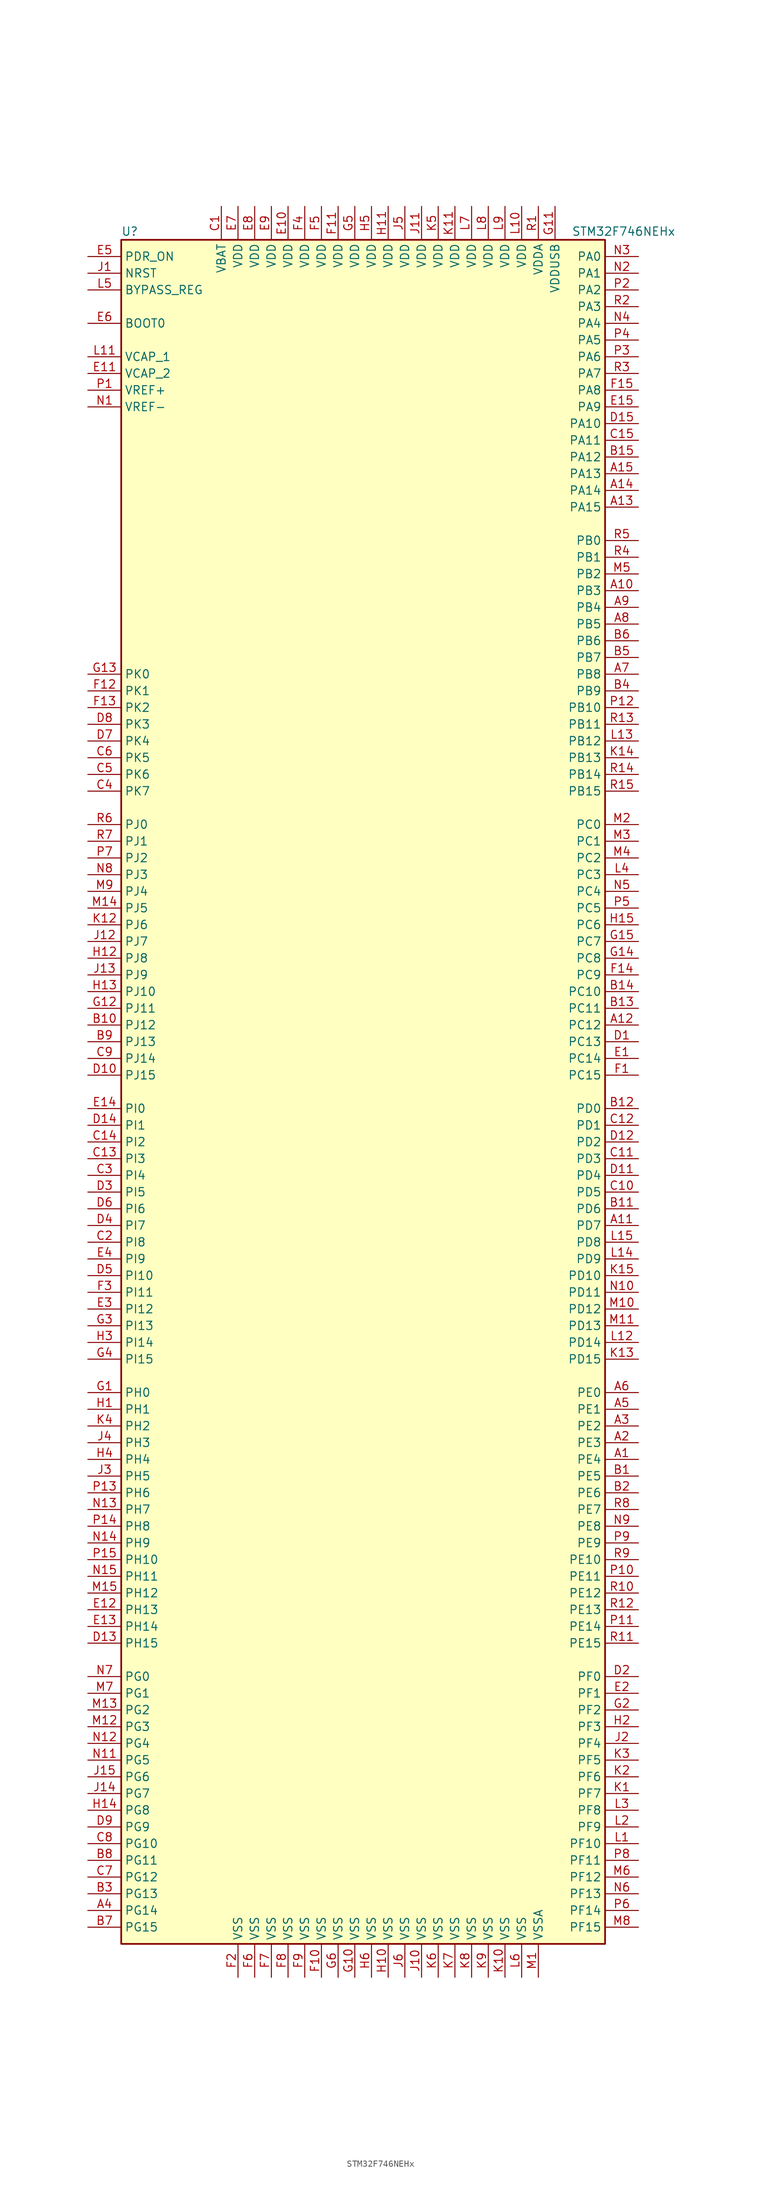
<source format=kicad_sym>
(kicad_symbol_lib
  (version 20201005)
  (generator kicad_symbol_editor)
  (symbol "MCU_ST_STM32F7:STM32F746NEHx"
    (property "Reference" "U"
      (at -38.1 130.81 0)
      (effects (font (size 1.27 1.27)) (justify left)))
    (property "Value" "STM32F746NEHx"
      (at 30.48 130.81 0)
      (effects (font (size 1.27 1.27)) (justify left)))
    (symbol "STM32F746NEHx_0_1"
      (rectangle (start -38.1 -129.54) (end 35.56 129.54) (stroke (width 0.254)) (fill (type background))))
    (symbol "STM32F746NEHx_1_1"
      (pin input line (at -43.18 116.84 0) (length 5.08) (name "BOOT0" (effects (font (size 1.27 1.27)))) (number "E6" (effects (font (size 1.27 1.27)))))
      (pin input line (at -43.18 121.92 0) (length 5.08) (name "BYPASS_REG" (effects (font (size 1.27 1.27)))) (number "L5" (effects (font (size 1.27 1.27)))))
      (pin input line (at -43.18 124.46 0) (length 5.08) (name "NRST" (effects (font (size 1.27 1.27)))) (number "J1" (effects (font (size 1.27 1.27)))))
      (pin bidirectional line (at 40.64 127 180) (length 5.08) (name "PA0" (effects (font (size 1.27 1.27)))) (number "N3" (effects (font (size 1.27 1.27)))))
      (pin bidirectional line (at 40.64 124.46 180) (length 5.08) (name "PA1" (effects (font (size 1.27 1.27)))) (number "N2" (effects (font (size 1.27 1.27)))))
      (pin bidirectional line (at 40.64 101.6 180) (length 5.08) (name "PA10" (effects (font (size 1.27 1.27)))) (number "D15" (effects (font (size 1.27 1.27)))))
      (pin bidirectional line (at 40.64 99.06 180) (length 5.08) (name "PA11" (effects (font (size 1.27 1.27)))) (number "C15" (effects (font (size 1.27 1.27)))))
      (pin bidirectional line (at 40.64 96.52 180) (length 5.08) (name "PA12" (effects (font (size 1.27 1.27)))) (number "B15" (effects (font (size 1.27 1.27)))))
      (pin bidirectional line (at 40.64 93.98 180) (length 5.08) (name "PA13" (effects (font (size 1.27 1.27)))) (number "A15" (effects (font (size 1.27 1.27)))))
      (pin bidirectional line (at 40.64 91.44 180) (length 5.08) (name "PA14" (effects (font (size 1.27 1.27)))) (number "A14" (effects (font (size 1.27 1.27)))))
      (pin bidirectional line (at 40.64 88.9 180) (length 5.08) (name "PA15" (effects (font (size 1.27 1.27)))) (number "A13" (effects (font (size 1.27 1.27)))))
      (pin bidirectional line (at 40.64 121.92 180) (length 5.08) (name "PA2" (effects (font (size 1.27 1.27)))) (number "P2" (effects (font (size 1.27 1.27)))))
      (pin bidirectional line (at 40.64 119.38 180) (length 5.08) (name "PA3" (effects (font (size 1.27 1.27)))) (number "R2" (effects (font (size 1.27 1.27)))))
      (pin bidirectional line (at 40.64 116.84 180) (length 5.08) (name "PA4" (effects (font (size 1.27 1.27)))) (number "N4" (effects (font (size 1.27 1.27)))))
      (pin bidirectional line (at 40.64 114.3 180) (length 5.08) (name "PA5" (effects (font (size 1.27 1.27)))) (number "P4" (effects (font (size 1.27 1.27)))))
      (pin bidirectional line (at 40.64 111.76 180) (length 5.08) (name "PA6" (effects (font (size 1.27 1.27)))) (number "P3" (effects (font (size 1.27 1.27)))))
      (pin bidirectional line (at 40.64 109.22 180) (length 5.08) (name "PA7" (effects (font (size 1.27 1.27)))) (number "R3" (effects (font (size 1.27 1.27)))))
      (pin bidirectional line (at 40.64 106.68 180) (length 5.08) (name "PA8" (effects (font (size 1.27 1.27)))) (number "F15" (effects (font (size 1.27 1.27)))))
      (pin bidirectional line (at 40.64 104.14 180) (length 5.08) (name "PA9" (effects (font (size 1.27 1.27)))) (number "E15" (effects (font (size 1.27 1.27)))))
      (pin bidirectional line (at 40.64 83.82 180) (length 5.08) (name "PB0" (effects (font (size 1.27 1.27)))) (number "R5" (effects (font (size 1.27 1.27)))))
      (pin bidirectional line (at 40.64 81.28 180) (length 5.08) (name "PB1" (effects (font (size 1.27 1.27)))) (number "R4" (effects (font (size 1.27 1.27)))))
      (pin bidirectional line (at 40.64 58.42 180) (length 5.08) (name "PB10" (effects (font (size 1.27 1.27)))) (number "P12" (effects (font (size 1.27 1.27)))))
      (pin bidirectional line (at 40.64 55.88 180) (length 5.08) (name "PB11" (effects (font (size 1.27 1.27)))) (number "R13" (effects (font (size 1.27 1.27)))))
      (pin bidirectional line (at 40.64 53.34 180) (length 5.08) (name "PB12" (effects (font (size 1.27 1.27)))) (number "L13" (effects (font (size 1.27 1.27)))))
      (pin bidirectional line (at 40.64 50.8 180) (length 5.08) (name "PB13" (effects (font (size 1.27 1.27)))) (number "K14" (effects (font (size 1.27 1.27)))))
      (pin bidirectional line (at 40.64 48.26 180) (length 5.08) (name "PB14" (effects (font (size 1.27 1.27)))) (number "R14" (effects (font (size 1.27 1.27)))))
      (pin bidirectional line (at 40.64 45.72 180) (length 5.08) (name "PB15" (effects (font (size 1.27 1.27)))) (number "R15" (effects (font (size 1.27 1.27)))))
      (pin bidirectional line (at 40.64 78.74 180) (length 5.08) (name "PB2" (effects (font (size 1.27 1.27)))) (number "M5" (effects (font (size 1.27 1.27)))))
      (pin bidirectional line (at 40.64 76.2 180) (length 5.08) (name "PB3" (effects (font (size 1.27 1.27)))) (number "A10" (effects (font (size 1.27 1.27)))))
      (pin bidirectional line (at 40.64 73.66 180) (length 5.08) (name "PB4" (effects (font (size 1.27 1.27)))) (number "A9" (effects (font (size 1.27 1.27)))))
      (pin bidirectional line (at 40.64 71.12 180) (length 5.08) (name "PB5" (effects (font (size 1.27 1.27)))) (number "A8" (effects (font (size 1.27 1.27)))))
      (pin bidirectional line (at 40.64 68.58 180) (length 5.08) (name "PB6" (effects (font (size 1.27 1.27)))) (number "B6" (effects (font (size 1.27 1.27)))))
      (pin bidirectional line (at 40.64 66.04 180) (length 5.08) (name "PB7" (effects (font (size 1.27 1.27)))) (number "B5" (effects (font (size 1.27 1.27)))))
      (pin bidirectional line (at 40.64 63.5 180) (length 5.08) (name "PB8" (effects (font (size 1.27 1.27)))) (number "A7" (effects (font (size 1.27 1.27)))))
      (pin bidirectional line (at 40.64 60.96 180) (length 5.08) (name "PB9" (effects (font (size 1.27 1.27)))) (number "B4" (effects (font (size 1.27 1.27)))))
      (pin bidirectional line (at 40.64 40.64 180) (length 5.08) (name "PC0" (effects (font (size 1.27 1.27)))) (number "M2" (effects (font (size 1.27 1.27)))))
      (pin bidirectional line (at 40.64 38.1 180) (length 5.08) (name "PC1" (effects (font (size 1.27 1.27)))) (number "M3" (effects (font (size 1.27 1.27)))))
      (pin bidirectional line (at 40.64 15.24 180) (length 5.08) (name "PC10" (effects (font (size 1.27 1.27)))) (number "B14" (effects (font (size 1.27 1.27)))))
      (pin bidirectional line (at 40.64 12.7 180) (length 5.08) (name "PC11" (effects (font (size 1.27 1.27)))) (number "B13" (effects (font (size 1.27 1.27)))))
      (pin bidirectional line (at 40.64 10.16 180) (length 5.08) (name "PC12" (effects (font (size 1.27 1.27)))) (number "A12" (effects (font (size 1.27 1.27)))))
      (pin bidirectional line (at 40.64 7.62 180) (length 5.08) (name "PC13" (effects (font (size 1.27 1.27)))) (number "D1" (effects (font (size 1.27 1.27)))))
      (pin bidirectional line (at 40.64 5.08 180) (length 5.08) (name "PC14" (effects (font (size 1.27 1.27)))) (number "E1" (effects (font (size 1.27 1.27)))))
      (pin bidirectional line (at 40.64 2.54 180) (length 5.08) (name "PC15" (effects (font (size 1.27 1.27)))) (number "F1" (effects (font (size 1.27 1.27)))))
      (pin bidirectional line (at 40.64 35.56 180) (length 5.08) (name "PC2" (effects (font (size 1.27 1.27)))) (number "M4" (effects (font (size 1.27 1.27)))))
      (pin bidirectional line (at 40.64 33.02 180) (length 5.08) (name "PC3" (effects (font (size 1.27 1.27)))) (number "L4" (effects (font (size 1.27 1.27)))))
      (pin bidirectional line (at 40.64 30.48 180) (length 5.08) (name "PC4" (effects (font (size 1.27 1.27)))) (number "N5" (effects (font (size 1.27 1.27)))))
      (pin bidirectional line (at 40.64 27.94 180) (length 5.08) (name "PC5" (effects (font (size 1.27 1.27)))) (number "P5" (effects (font (size 1.27 1.27)))))
      (pin bidirectional line (at 40.64 25.4 180) (length 5.08) (name "PC6" (effects (font (size 1.27 1.27)))) (number "H15" (effects (font (size 1.27 1.27)))))
      (pin bidirectional line (at 40.64 22.86 180) (length 5.08) (name "PC7" (effects (font (size 1.27 1.27)))) (number "G15" (effects (font (size 1.27 1.27)))))
      (pin bidirectional line (at 40.64 20.32 180) (length 5.08) (name "PC8" (effects (font (size 1.27 1.27)))) (number "G14" (effects (font (size 1.27 1.27)))))
      (pin bidirectional line (at 40.64 17.78 180) (length 5.08) (name "PC9" (effects (font (size 1.27 1.27)))) (number "F14" (effects (font (size 1.27 1.27)))))
      (pin bidirectional line (at 40.64 -2.54 180) (length 5.08) (name "PD0" (effects (font (size 1.27 1.27)))) (number "B12" (effects (font (size 1.27 1.27)))))
      (pin bidirectional line (at 40.64 -5.08 180) (length 5.08) (name "PD1" (effects (font (size 1.27 1.27)))) (number "C12" (effects (font (size 1.27 1.27)))))
      (pin bidirectional line (at 40.64 -27.94 180) (length 5.08) (name "PD10" (effects (font (size 1.27 1.27)))) (number "K15" (effects (font (size 1.27 1.27)))))
      (pin bidirectional line (at 40.64 -30.48 180) (length 5.08) (name "PD11" (effects (font (size 1.27 1.27)))) (number "N10" (effects (font (size 1.27 1.27)))))
      (pin bidirectional line (at 40.64 -33.02 180) (length 5.08) (name "PD12" (effects (font (size 1.27 1.27)))) (number "M10" (effects (font (size 1.27 1.27)))))
      (pin bidirectional line (at 40.64 -35.56 180) (length 5.08) (name "PD13" (effects (font (size 1.27 1.27)))) (number "M11" (effects (font (size 1.27 1.27)))))
      (pin bidirectional line (at 40.64 -38.1 180) (length 5.08) (name "PD14" (effects (font (size 1.27 1.27)))) (number "L12" (effects (font (size 1.27 1.27)))))
      (pin bidirectional line (at 40.64 -40.64 180) (length 5.08) (name "PD15" (effects (font (size 1.27 1.27)))) (number "K13" (effects (font (size 1.27 1.27)))))
      (pin bidirectional line (at 40.64 -7.62 180) (length 5.08) (name "PD2" (effects (font (size 1.27 1.27)))) (number "D12" (effects (font (size 1.27 1.27)))))
      (pin bidirectional line (at 40.64 -10.16 180) (length 5.08) (name "PD3" (effects (font (size 1.27 1.27)))) (number "C11" (effects (font (size 1.27 1.27)))))
      (pin bidirectional line (at 40.64 -12.7 180) (length 5.08) (name "PD4" (effects (font (size 1.27 1.27)))) (number "D11" (effects (font (size 1.27 1.27)))))
      (pin bidirectional line (at 40.64 -15.24 180) (length 5.08) (name "PD5" (effects (font (size 1.27 1.27)))) (number "C10" (effects (font (size 1.27 1.27)))))
      (pin bidirectional line (at 40.64 -17.78 180) (length 5.08) (name "PD6" (effects (font (size 1.27 1.27)))) (number "B11" (effects (font (size 1.27 1.27)))))
      (pin bidirectional line (at 40.64 -20.32 180) (length 5.08) (name "PD7" (effects (font (size 1.27 1.27)))) (number "A11" (effects (font (size 1.27 1.27)))))
      (pin bidirectional line (at 40.64 -22.86 180) (length 5.08) (name "PD8" (effects (font (size 1.27 1.27)))) (number "L15" (effects (font (size 1.27 1.27)))))
      (pin bidirectional line (at 40.64 -25.4 180) (length 5.08) (name "PD9" (effects (font (size 1.27 1.27)))) (number "L14" (effects (font (size 1.27 1.27)))))
      (pin input line (at -43.18 127 0) (length 5.08) (name "PDR_ON" (effects (font (size 1.27 1.27)))) (number "E5" (effects (font (size 1.27 1.27)))))
      (pin bidirectional line (at 40.64 -45.72 180) (length 5.08) (name "PE0" (effects (font (size 1.27 1.27)))) (number "A6" (effects (font (size 1.27 1.27)))))
      (pin bidirectional line (at 40.64 -48.26 180) (length 5.08) (name "PE1" (effects (font (size 1.27 1.27)))) (number "A5" (effects (font (size 1.27 1.27)))))
      (pin bidirectional line (at 40.64 -71.12 180) (length 5.08) (name "PE10" (effects (font (size 1.27 1.27)))) (number "R9" (effects (font (size 1.27 1.27)))))
      (pin bidirectional line (at 40.64 -73.66 180) (length 5.08) (name "PE11" (effects (font (size 1.27 1.27)))) (number "P10" (effects (font (size 1.27 1.27)))))
      (pin bidirectional line (at 40.64 -76.2 180) (length 5.08) (name "PE12" (effects (font (size 1.27 1.27)))) (number "R10" (effects (font (size 1.27 1.27)))))
      (pin bidirectional line (at 40.64 -78.74 180) (length 5.08) (name "PE13" (effects (font (size 1.27 1.27)))) (number "R12" (effects (font (size 1.27 1.27)))))
      (pin bidirectional line (at 40.64 -81.28 180) (length 5.08) (name "PE14" (effects (font (size 1.27 1.27)))) (number "P11" (effects (font (size 1.27 1.27)))))
      (pin bidirectional line (at 40.64 -83.82 180) (length 5.08) (name "PE15" (effects (font (size 1.27 1.27)))) (number "R11" (effects (font (size 1.27 1.27)))))
      (pin bidirectional line (at 40.64 -50.8 180) (length 5.08) (name "PE2" (effects (font (size 1.27 1.27)))) (number "A3" (effects (font (size 1.27 1.27)))))
      (pin bidirectional line (at 40.64 -53.34 180) (length 5.08) (name "PE3" (effects (font (size 1.27 1.27)))) (number "A2" (effects (font (size 1.27 1.27)))))
      (pin bidirectional line (at 40.64 -55.88 180) (length 5.08) (name "PE4" (effects (font (size 1.27 1.27)))) (number "A1" (effects (font (size 1.27 1.27)))))
      (pin bidirectional line (at 40.64 -58.42 180) (length 5.08) (name "PE5" (effects (font (size 1.27 1.27)))) (number "B1" (effects (font (size 1.27 1.27)))))
      (pin bidirectional line (at 40.64 -60.96 180) (length 5.08) (name "PE6" (effects (font (size 1.27 1.27)))) (number "B2" (effects (font (size 1.27 1.27)))))
      (pin bidirectional line (at 40.64 -63.5 180) (length 5.08) (name "PE7" (effects (font (size 1.27 1.27)))) (number "R8" (effects (font (size 1.27 1.27)))))
      (pin bidirectional line (at 40.64 -66.04 180) (length 5.08) (name "PE8" (effects (font (size 1.27 1.27)))) (number "N9" (effects (font (size 1.27 1.27)))))
      (pin bidirectional line (at 40.64 -68.58 180) (length 5.08) (name "PE9" (effects (font (size 1.27 1.27)))) (number "P9" (effects (font (size 1.27 1.27)))))
      (pin bidirectional line (at 40.64 -88.9 180) (length 5.08) (name "PF0" (effects (font (size 1.27 1.27)))) (number "D2" (effects (font (size 1.27 1.27)))))
      (pin bidirectional line (at 40.64 -91.44 180) (length 5.08) (name "PF1" (effects (font (size 1.27 1.27)))) (number "E2" (effects (font (size 1.27 1.27)))))
      (pin bidirectional line (at 40.64 -114.3 180) (length 5.08) (name "PF10" (effects (font (size 1.27 1.27)))) (number "L1" (effects (font (size 1.27 1.27)))))
      (pin bidirectional line (at 40.64 -116.84 180) (length 5.08) (name "PF11" (effects (font (size 1.27 1.27)))) (number "P8" (effects (font (size 1.27 1.27)))))
      (pin bidirectional line (at 40.64 -119.38 180) (length 5.08) (name "PF12" (effects (font (size 1.27 1.27)))) (number "M6" (effects (font (size 1.27 1.27)))))
      (pin bidirectional line (at 40.64 -121.92 180) (length 5.08) (name "PF13" (effects (font (size 1.27 1.27)))) (number "N6" (effects (font (size 1.27 1.27)))))
      (pin bidirectional line (at 40.64 -124.46 180) (length 5.08) (name "PF14" (effects (font (size 1.27 1.27)))) (number "P6" (effects (font (size 1.27 1.27)))))
      (pin bidirectional line (at 40.64 -127 180) (length 5.08) (name "PF15" (effects (font (size 1.27 1.27)))) (number "M8" (effects (font (size 1.27 1.27)))))
      (pin bidirectional line (at 40.64 -93.98 180) (length 5.08) (name "PF2" (effects (font (size 1.27 1.27)))) (number "G2" (effects (font (size 1.27 1.27)))))
      (pin bidirectional line (at 40.64 -96.52 180) (length 5.08) (name "PF3" (effects (font (size 1.27 1.27)))) (number "H2" (effects (font (size 1.27 1.27)))))
      (pin bidirectional line (at 40.64 -99.06 180) (length 5.08) (name "PF4" (effects (font (size 1.27 1.27)))) (number "J2" (effects (font (size 1.27 1.27)))))
      (pin bidirectional line (at 40.64 -101.6 180) (length 5.08) (name "PF5" (effects (font (size 1.27 1.27)))) (number "K3" (effects (font (size 1.27 1.27)))))
      (pin bidirectional line (at 40.64 -104.14 180) (length 5.08) (name "PF6" (effects (font (size 1.27 1.27)))) (number "K2" (effects (font (size 1.27 1.27)))))
      (pin bidirectional line (at 40.64 -106.68 180) (length 5.08) (name "PF7" (effects (font (size 1.27 1.27)))) (number "K1" (effects (font (size 1.27 1.27)))))
      (pin bidirectional line (at 40.64 -109.22 180) (length 5.08) (name "PF8" (effects (font (size 1.27 1.27)))) (number "L3" (effects (font (size 1.27 1.27)))))
      (pin bidirectional line (at 40.64 -111.76 180) (length 5.08) (name "PF9" (effects (font (size 1.27 1.27)))) (number "L2" (effects (font (size 1.27 1.27)))))
      (pin bidirectional line (at -43.18 -88.9 0) (length 5.08) (name "PG0" (effects (font (size 1.27 1.27)))) (number "N7" (effects (font (size 1.27 1.27)))))
      (pin bidirectional line (at -43.18 -91.44 0) (length 5.08) (name "PG1" (effects (font (size 1.27 1.27)))) (number "M7" (effects (font (size 1.27 1.27)))))
      (pin bidirectional line (at -43.18 -114.3 0) (length 5.08) (name "PG10" (effects (font (size 1.27 1.27)))) (number "C8" (effects (font (size 1.27 1.27)))))
      (pin bidirectional line (at -43.18 -116.84 0) (length 5.08) (name "PG11" (effects (font (size 1.27 1.27)))) (number "B8" (effects (font (size 1.27 1.27)))))
      (pin bidirectional line (at -43.18 -119.38 0) (length 5.08) (name "PG12" (effects (font (size 1.27 1.27)))) (number "C7" (effects (font (size 1.27 1.27)))))
      (pin bidirectional line (at -43.18 -121.92 0) (length 5.08) (name "PG13" (effects (font (size 1.27 1.27)))) (number "B3" (effects (font (size 1.27 1.27)))))
      (pin bidirectional line (at -43.18 -124.46 0) (length 5.08) (name "PG14" (effects (font (size 1.27 1.27)))) (number "A4" (effects (font (size 1.27 1.27)))))
      (pin bidirectional line (at -43.18 -127 0) (length 5.08) (name "PG15" (effects (font (size 1.27 1.27)))) (number "B7" (effects (font (size 1.27 1.27)))))
      (pin bidirectional line (at -43.18 -93.98 0) (length 5.08) (name "PG2" (effects (font (size 1.27 1.27)))) (number "M13" (effects (font (size 1.27 1.27)))))
      (pin bidirectional line (at -43.18 -96.52 0) (length 5.08) (name "PG3" (effects (font (size 1.27 1.27)))) (number "M12" (effects (font (size 1.27 1.27)))))
      (pin bidirectional line (at -43.18 -99.06 0) (length 5.08) (name "PG4" (effects (font (size 1.27 1.27)))) (number "N12" (effects (font (size 1.27 1.27)))))
      (pin bidirectional line (at -43.18 -101.6 0) (length 5.08) (name "PG5" (effects (font (size 1.27 1.27)))) (number "N11" (effects (font (size 1.27 1.27)))))
      (pin bidirectional line (at -43.18 -104.14 0) (length 5.08) (name "PG6" (effects (font (size 1.27 1.27)))) (number "J15" (effects (font (size 1.27 1.27)))))
      (pin bidirectional line (at -43.18 -106.68 0) (length 5.08) (name "PG7" (effects (font (size 1.27 1.27)))) (number "J14" (effects (font (size 1.27 1.27)))))
      (pin bidirectional line (at -43.18 -109.22 0) (length 5.08) (name "PG8" (effects (font (size 1.27 1.27)))) (number "H14" (effects (font (size 1.27 1.27)))))
      (pin bidirectional line (at -43.18 -111.76 0) (length 5.08) (name "PG9" (effects (font (size 1.27 1.27)))) (number "D9" (effects (font (size 1.27 1.27)))))
      (pin input line (at -43.18 -45.72 0) (length 5.08) (name "PH0" (effects (font (size 1.27 1.27)))) (number "G1" (effects (font (size 1.27 1.27)))))
      (pin input line (at -43.18 -48.26 0) (length 5.08) (name "PH1" (effects (font (size 1.27 1.27)))) (number "H1" (effects (font (size 1.27 1.27)))))
      (pin bidirectional line (at -43.18 -71.12 0) (length 5.08) (name "PH10" (effects (font (size 1.27 1.27)))) (number "P15" (effects (font (size 1.27 1.27)))))
      (pin bidirectional line (at -43.18 -73.66 0) (length 5.08) (name "PH11" (effects (font (size 1.27 1.27)))) (number "N15" (effects (font (size 1.27 1.27)))))
      (pin bidirectional line (at -43.18 -76.2 0) (length 5.08) (name "PH12" (effects (font (size 1.27 1.27)))) (number "M15" (effects (font (size 1.27 1.27)))))
      (pin bidirectional line (at -43.18 -78.74 0) (length 5.08) (name "PH13" (effects (font (size 1.27 1.27)))) (number "E12" (effects (font (size 1.27 1.27)))))
      (pin bidirectional line (at -43.18 -81.28 0) (length 5.08) (name "PH14" (effects (font (size 1.27 1.27)))) (number "E13" (effects (font (size 1.27 1.27)))))
      (pin bidirectional line (at -43.18 -83.82 0) (length 5.08) (name "PH15" (effects (font (size 1.27 1.27)))) (number "D13" (effects (font (size 1.27 1.27)))))
      (pin bidirectional line (at -43.18 -50.8 0) (length 5.08) (name "PH2" (effects (font (size 1.27 1.27)))) (number "K4" (effects (font (size 1.27 1.27)))))
      (pin bidirectional line (at -43.18 -53.34 0) (length 5.08) (name "PH3" (effects (font (size 1.27 1.27)))) (number "J4" (effects (font (size 1.27 1.27)))))
      (pin bidirectional line (at -43.18 -55.88 0) (length 5.08) (name "PH4" (effects (font (size 1.27 1.27)))) (number "H4" (effects (font (size 1.27 1.27)))))
      (pin bidirectional line (at -43.18 -58.42 0) (length 5.08) (name "PH5" (effects (font (size 1.27 1.27)))) (number "J3" (effects (font (size 1.27 1.27)))))
      (pin bidirectional line (at -43.18 -60.96 0) (length 5.08) (name "PH6" (effects (font (size 1.27 1.27)))) (number "P13" (effects (font (size 1.27 1.27)))))
      (pin bidirectional line (at -43.18 -63.5 0) (length 5.08) (name "PH7" (effects (font (size 1.27 1.27)))) (number "N13" (effects (font (size 1.27 1.27)))))
      (pin bidirectional line (at -43.18 -66.04 0) (length 5.08) (name "PH8" (effects (font (size 1.27 1.27)))) (number "P14" (effects (font (size 1.27 1.27)))))
      (pin bidirectional line (at -43.18 -68.58 0) (length 5.08) (name "PH9" (effects (font (size 1.27 1.27)))) (number "N14" (effects (font (size 1.27 1.27)))))
      (pin bidirectional line (at -43.18 -2.54 0) (length 5.08) (name "PI0" (effects (font (size 1.27 1.27)))) (number "E14" (effects (font (size 1.27 1.27)))))
      (pin bidirectional line (at -43.18 -5.08 0) (length 5.08) (name "PI1" (effects (font (size 1.27 1.27)))) (number "D14" (effects (font (size 1.27 1.27)))))
      (pin bidirectional line (at -43.18 -27.94 0) (length 5.08) (name "PI10" (effects (font (size 1.27 1.27)))) (number "D5" (effects (font (size 1.27 1.27)))))
      (pin bidirectional line (at -43.18 -30.48 0) (length 5.08) (name "PI11" (effects (font (size 1.27 1.27)))) (number "F3" (effects (font (size 1.27 1.27)))))
      (pin bidirectional line (at -43.18 -33.02 0) (length 5.08) (name "PI12" (effects (font (size 1.27 1.27)))) (number "E3" (effects (font (size 1.27 1.27)))))
      (pin bidirectional line (at -43.18 -35.56 0) (length 5.08) (name "PI13" (effects (font (size 1.27 1.27)))) (number "G3" (effects (font (size 1.27 1.27)))))
      (pin bidirectional line (at -43.18 -38.1 0) (length 5.08) (name "PI14" (effects (font (size 1.27 1.27)))) (number "H3" (effects (font (size 1.27 1.27)))))
      (pin bidirectional line (at -43.18 -40.64 0) (length 5.08) (name "PI15" (effects (font (size 1.27 1.27)))) (number "G4" (effects (font (size 1.27 1.27)))))
      (pin bidirectional line (at -43.18 -7.62 0) (length 5.08) (name "PI2" (effects (font (size 1.27 1.27)))) (number "C14" (effects (font (size 1.27 1.27)))))
      (pin bidirectional line (at -43.18 -10.16 0) (length 5.08) (name "PI3" (effects (font (size 1.27 1.27)))) (number "C13" (effects (font (size 1.27 1.27)))))
      (pin bidirectional line (at -43.18 -12.7 0) (length 5.08) (name "PI4" (effects (font (size 1.27 1.27)))) (number "C3" (effects (font (size 1.27 1.27)))))
      (pin bidirectional line (at -43.18 -15.24 0) (length 5.08) (name "PI5" (effects (font (size 1.27 1.27)))) (number "D3" (effects (font (size 1.27 1.27)))))
      (pin bidirectional line (at -43.18 -17.78 0) (length 5.08) (name "PI6" (effects (font (size 1.27 1.27)))) (number "D6" (effects (font (size 1.27 1.27)))))
      (pin bidirectional line (at -43.18 -20.32 0) (length 5.08) (name "PI7" (effects (font (size 1.27 1.27)))) (number "D4" (effects (font (size 1.27 1.27)))))
      (pin bidirectional line (at -43.18 -22.86 0) (length 5.08) (name "PI8" (effects (font (size 1.27 1.27)))) (number "C2" (effects (font (size 1.27 1.27)))))
      (pin bidirectional line (at -43.18 -25.4 0) (length 5.08) (name "PI9" (effects (font (size 1.27 1.27)))) (number "E4" (effects (font (size 1.27 1.27)))))
      (pin bidirectional line (at -43.18 40.64 0) (length 5.08) (name "PJ0" (effects (font (size 1.27 1.27)))) (number "R6" (effects (font (size 1.27 1.27)))))
      (pin bidirectional line (at -43.18 38.1 0) (length 5.08) (name "PJ1" (effects (font (size 1.27 1.27)))) (number "R7" (effects (font (size 1.27 1.27)))))
      (pin bidirectional line (at -43.18 15.24 0) (length 5.08) (name "PJ10" (effects (font (size 1.27 1.27)))) (number "H13" (effects (font (size 1.27 1.27)))))
      (pin bidirectional line (at -43.18 12.7 0) (length 5.08) (name "PJ11" (effects (font (size 1.27 1.27)))) (number "G12" (effects (font (size 1.27 1.27)))))
      (pin bidirectional line (at -43.18 10.16 0) (length 5.08) (name "PJ12" (effects (font (size 1.27 1.27)))) (number "B10" (effects (font (size 1.27 1.27)))))
      (pin bidirectional line (at -43.18 7.62 0) (length 5.08) (name "PJ13" (effects (font (size 1.27 1.27)))) (number "B9" (effects (font (size 1.27 1.27)))))
      (pin bidirectional line (at -43.18 5.08 0) (length 5.08) (name "PJ14" (effects (font (size 1.27 1.27)))) (number "C9" (effects (font (size 1.27 1.27)))))
      (pin bidirectional line (at -43.18 2.54 0) (length 5.08) (name "PJ15" (effects (font (size 1.27 1.27)))) (number "D10" (effects (font (size 1.27 1.27)))))
      (pin bidirectional line (at -43.18 35.56 0) (length 5.08) (name "PJ2" (effects (font (size 1.27 1.27)))) (number "P7" (effects (font (size 1.27 1.27)))))
      (pin bidirectional line (at -43.18 33.02 0) (length 5.08) (name "PJ3" (effects (font (size 1.27 1.27)))) (number "N8" (effects (font (size 1.27 1.27)))))
      (pin bidirectional line (at -43.18 30.48 0) (length 5.08) (name "PJ4" (effects (font (size 1.27 1.27)))) (number "M9" (effects (font (size 1.27 1.27)))))
      (pin bidirectional line (at -43.18 27.94 0) (length 5.08) (name "PJ5" (effects (font (size 1.27 1.27)))) (number "M14" (effects (font (size 1.27 1.27)))))
      (pin bidirectional line (at -43.18 25.4 0) (length 5.08) (name "PJ6" (effects (font (size 1.27 1.27)))) (number "K12" (effects (font (size 1.27 1.27)))))
      (pin bidirectional line (at -43.18 22.86 0) (length 5.08) (name "PJ7" (effects (font (size 1.27 1.27)))) (number "J12" (effects (font (size 1.27 1.27)))))
      (pin bidirectional line (at -43.18 20.32 0) (length 5.08) (name "PJ8" (effects (font (size 1.27 1.27)))) (number "H12" (effects (font (size 1.27 1.27)))))
      (pin bidirectional line (at -43.18 17.78 0) (length 5.08) (name "PJ9" (effects (font (size 1.27 1.27)))) (number "J13" (effects (font (size 1.27 1.27)))))
      (pin bidirectional line (at -43.18 63.5 0) (length 5.08) (name "PK0" (effects (font (size 1.27 1.27)))) (number "G13" (effects (font (size 1.27 1.27)))))
      (pin bidirectional line (at -43.18 60.96 0) (length 5.08) (name "PK1" (effects (font (size 1.27 1.27)))) (number "F12" (effects (font (size 1.27 1.27)))))
      (pin bidirectional line (at -43.18 58.42 0) (length 5.08) (name "PK2" (effects (font (size 1.27 1.27)))) (number "F13" (effects (font (size 1.27 1.27)))))
      (pin bidirectional line (at -43.18 55.88 0) (length 5.08) (name "PK3" (effects (font (size 1.27 1.27)))) (number "D8" (effects (font (size 1.27 1.27)))))
      (pin bidirectional line (at -43.18 53.34 0) (length 5.08) (name "PK4" (effects (font (size 1.27 1.27)))) (number "D7" (effects (font (size 1.27 1.27)))))
      (pin bidirectional line (at -43.18 50.8 0) (length 5.08) (name "PK5" (effects (font (size 1.27 1.27)))) (number "C6" (effects (font (size 1.27 1.27)))))
      (pin bidirectional line (at -43.18 48.26 0) (length 5.08) (name "PK6" (effects (font (size 1.27 1.27)))) (number "C5" (effects (font (size 1.27 1.27)))))
      (pin bidirectional line (at -43.18 45.72 0) (length 5.08) (name "PK7" (effects (font (size 1.27 1.27)))) (number "C4" (effects (font (size 1.27 1.27)))))
      (pin power_in line (at -22.86 134.62 270) (length 5.08) (name "VBAT" (effects (font (size 1.27 1.27)))) (number "C1" (effects (font (size 1.27 1.27)))))
      (pin power_in line (at -43.18 111.76 0) (length 5.08) (name "VCAP_1" (effects (font (size 1.27 1.27)))) (number "L11" (effects (font (size 1.27 1.27)))))
      (pin power_in line (at -43.18 109.22 0) (length 5.08) (name "VCAP_2" (effects (font (size 1.27 1.27)))) (number "E11" (effects (font (size 1.27 1.27)))))
      (pin power_in line (at -12.7 134.62 270) (length 5.08) (name "VDD" (effects (font (size 1.27 1.27)))) (number "E10" (effects (font (size 1.27 1.27)))))
      (pin power_in line (at -20.32 134.62 270) (length 5.08) (name "VDD" (effects (font (size 1.27 1.27)))) (number "E7" (effects (font (size 1.27 1.27)))))
      (pin power_in line (at -17.78 134.62 270) (length 5.08) (name "VDD" (effects (font (size 1.27 1.27)))) (number "E8" (effects (font (size 1.27 1.27)))))
      (pin power_in line (at -15.24 134.62 270) (length 5.08) (name "VDD" (effects (font (size 1.27 1.27)))) (number "E9" (effects (font (size 1.27 1.27)))))
      (pin power_in line (at -5.08 134.62 270) (length 5.08) (name "VDD" (effects (font (size 1.27 1.27)))) (number "F11" (effects (font (size 1.27 1.27)))))
      (pin power_in line (at -10.16 134.62 270) (length 5.08) (name "VDD" (effects (font (size 1.27 1.27)))) (number "F4" (effects (font (size 1.27 1.27)))))
      (pin power_in line (at -7.62 134.62 270) (length 5.08) (name "VDD" (effects (font (size 1.27 1.27)))) (number "F5" (effects (font (size 1.27 1.27)))))
      (pin power_in line (at -2.54 134.62 270) (length 5.08) (name "VDD" (effects (font (size 1.27 1.27)))) (number "G5" (effects (font (size 1.27 1.27)))))
      (pin power_in line (at 2.54 134.62 270) (length 5.08) (name "VDD" (effects (font (size 1.27 1.27)))) (number "H11" (effects (font (size 1.27 1.27)))))
      (pin power_in line (at 0 134.62 270) (length 5.08) (name "VDD" (effects (font (size 1.27 1.27)))) (number "H5" (effects (font (size 1.27 1.27)))))
      (pin power_in line (at 7.62 134.62 270) (length 5.08) (name "VDD" (effects (font (size 1.27 1.27)))) (number "J11" (effects (font (size 1.27 1.27)))))
      (pin power_in line (at 5.08 134.62 270) (length 5.08) (name "VDD" (effects (font (size 1.27 1.27)))) (number "J5" (effects (font (size 1.27 1.27)))))
      (pin power_in line (at 12.7 134.62 270) (length 5.08) (name "VDD" (effects (font (size 1.27 1.27)))) (number "K11" (effects (font (size 1.27 1.27)))))
      (pin power_in line (at 10.16 134.62 270) (length 5.08) (name "VDD" (effects (font (size 1.27 1.27)))) (number "K5" (effects (font (size 1.27 1.27)))))
      (pin power_in line (at 22.86 134.62 270) (length 5.08) (name "VDD" (effects (font (size 1.27 1.27)))) (number "L10" (effects (font (size 1.27 1.27)))))
      (pin power_in line (at 15.24 134.62 270) (length 5.08) (name "VDD" (effects (font (size 1.27 1.27)))) (number "L7" (effects (font (size 1.27 1.27)))))
      (pin power_in line (at 17.78 134.62 270) (length 5.08) (name "VDD" (effects (font (size 1.27 1.27)))) (number "L8" (effects (font (size 1.27 1.27)))))
      (pin power_in line (at 20.32 134.62 270) (length 5.08) (name "VDD" (effects (font (size 1.27 1.27)))) (number "L9" (effects (font (size 1.27 1.27)))))
      (pin power_in line (at 25.4 134.62 270) (length 5.08) (name "VDDA" (effects (font (size 1.27 1.27)))) (number "R1" (effects (font (size 1.27 1.27)))))
      (pin power_in line (at 27.94 134.62 270) (length 5.08) (name "VDDUSB" (effects (font (size 1.27 1.27)))) (number "G11" (effects (font (size 1.27 1.27)))))
      (pin power_in line (at -43.18 106.68 0) (length 5.08) (name "VREF+" (effects (font (size 1.27 1.27)))) (number "P1" (effects (font (size 1.27 1.27)))))
      (pin power_in line (at -43.18 104.14 0) (length 5.08) (name "VREF-" (effects (font (size 1.27 1.27)))) (number "N1" (effects (font (size 1.27 1.27)))))
      (pin power_in line (at -7.62 -134.62 90) (length 5.08) (name "VSS" (effects (font (size 1.27 1.27)))) (number "F10" (effects (font (size 1.27 1.27)))))
      (pin power_in line (at -20.32 -134.62 90) (length 5.08) (name "VSS" (effects (font (size 1.27 1.27)))) (number "F2" (effects (font (size 1.27 1.27)))))
      (pin power_in line (at -17.78 -134.62 90) (length 5.08) (name "VSS" (effects (font (size 1.27 1.27)))) (number "F6" (effects (font (size 1.27 1.27)))))
      (pin power_in line (at -15.24 -134.62 90) (length 5.08) (name "VSS" (effects (font (size 1.27 1.27)))) (number "F7" (effects (font (size 1.27 1.27)))))
      (pin power_in line (at -12.7 -134.62 90) (length 5.08) (name "VSS" (effects (font (size 1.27 1.27)))) (number "F8" (effects (font (size 1.27 1.27)))))
      (pin power_in line (at -10.16 -134.62 90) (length 5.08) (name "VSS" (effects (font (size 1.27 1.27)))) (number "F9" (effects (font (size 1.27 1.27)))))
      (pin power_in line (at -2.54 -134.62 90) (length 5.08) (name "VSS" (effects (font (size 1.27 1.27)))) (number "G10" (effects (font (size 1.27 1.27)))))
      (pin power_in line (at -5.08 -134.62 90) (length 5.08) (name "VSS" (effects (font (size 1.27 1.27)))) (number "G6" (effects (font (size 1.27 1.27)))))
      (pin power_in line (at 2.54 -134.62 90) (length 5.08) (name "VSS" (effects (font (size 1.27 1.27)))) (number "H10" (effects (font (size 1.27 1.27)))))
      (pin power_in line (at 0 -134.62 90) (length 5.08) (name "VSS" (effects (font (size 1.27 1.27)))) (number "H6" (effects (font (size 1.27 1.27)))))
      (pin power_in line (at 7.62 -134.62 90) (length 5.08) (name "VSS" (effects (font (size 1.27 1.27)))) (number "J10" (effects (font (size 1.27 1.27)))))
      (pin power_in line (at 5.08 -134.62 90) (length 5.08) (name "VSS" (effects (font (size 1.27 1.27)))) (number "J6" (effects (font (size 1.27 1.27)))))
      (pin power_in line (at 20.32 -134.62 90) (length 5.08) (name "VSS" (effects (font (size 1.27 1.27)))) (number "K10" (effects (font (size 1.27 1.27)))))
      (pin power_in line (at 10.16 -134.62 90) (length 5.08) (name "VSS" (effects (font (size 1.27 1.27)))) (number "K6" (effects (font (size 1.27 1.27)))))
      (pin power_in line (at 12.7 -134.62 90) (length 5.08) (name "VSS" (effects (font (size 1.27 1.27)))) (number "K7" (effects (font (size 1.27 1.27)))))
      (pin power_in line (at 15.24 -134.62 90) (length 5.08) (name "VSS" (effects (font (size 1.27 1.27)))) (number "K8" (effects (font (size 1.27 1.27)))))
      (pin power_in line (at 17.78 -134.62 90) (length 5.08) (name "VSS" (effects (font (size 1.27 1.27)))) (number "K9" (effects (font (size 1.27 1.27)))))
      (pin power_in line (at 22.86 -134.62 90) (length 5.08) (name "VSS" (effects (font (size 1.27 1.27)))) (number "L6" (effects (font (size 1.27 1.27)))))
      (pin power_in line (at 25.4 -134.62 90) (length 5.08) (name "VSSA" (effects (font (size 1.27 1.27)))) (number "M1" (effects (font (size 1.27 1.27))))))))
</source>
